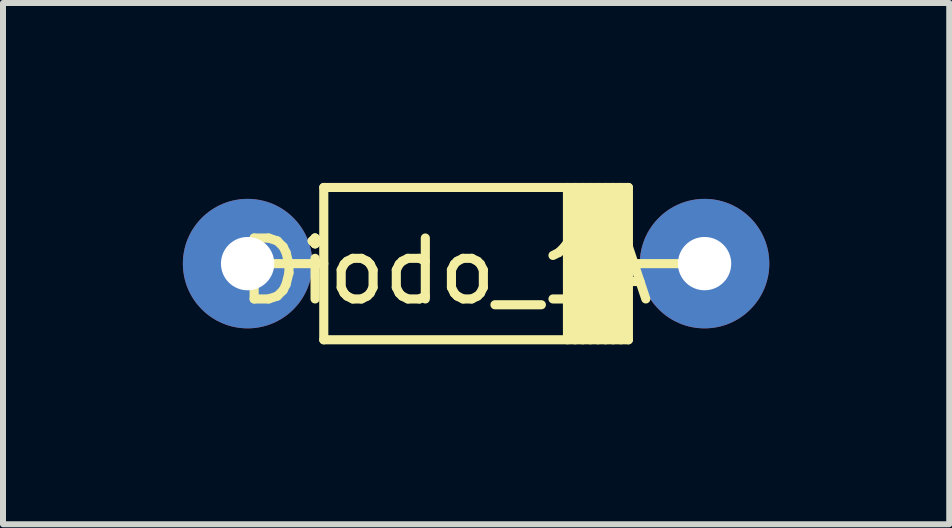
<source format=kicad_pcb>
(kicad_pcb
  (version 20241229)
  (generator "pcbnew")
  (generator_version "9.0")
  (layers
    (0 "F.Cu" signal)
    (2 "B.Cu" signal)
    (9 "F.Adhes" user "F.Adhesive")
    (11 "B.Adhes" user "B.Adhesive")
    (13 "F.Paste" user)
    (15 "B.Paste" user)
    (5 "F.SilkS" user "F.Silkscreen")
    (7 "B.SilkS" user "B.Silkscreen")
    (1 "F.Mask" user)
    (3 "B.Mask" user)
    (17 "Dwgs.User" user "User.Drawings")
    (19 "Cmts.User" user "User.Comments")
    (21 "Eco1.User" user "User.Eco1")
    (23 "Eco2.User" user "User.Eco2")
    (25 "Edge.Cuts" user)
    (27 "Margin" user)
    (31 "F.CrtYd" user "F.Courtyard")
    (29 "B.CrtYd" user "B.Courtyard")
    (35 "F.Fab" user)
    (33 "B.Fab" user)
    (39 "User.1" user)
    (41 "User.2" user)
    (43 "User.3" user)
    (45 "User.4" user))
  (footprint "Diodo_1A"
    (layer "F.Cu")
    (at 1.079 1.346)
    (property "Reference" "Diodo_1A" (at 3.302 0.127 0) (layer "F.SilkS") (effects (font (size 1.016 1.016) (thickness 0.152))))
    (attr through_hole)
    (fp_line (start 0 0) (end 1.27 0) (stroke (width 0.152) (type solid)) (layer "F.SilkS"))
    (fp_line (start 1.27 -1.27) (end 1.27 1.27) (stroke (width 0.152) (type solid)) (layer "F.SilkS"))
    (fp_line (start 1.27 -1.27) (end 6.35 -1.27) (stroke (width 0.152) (type solid)) (layer "F.SilkS"))
    (fp_line (start 1.27 1.27) (end 6.35 1.27) (stroke (width 0.152) (type solid)) (layer "F.SilkS"))
    (fp_line (start 5.334 -1.27) (end 5.334 1.27) (stroke (width 0.152) (type solid)) (layer "F.SilkS"))
    (fp_line (start 5.461 -1.27) (end 5.461 1.27) (stroke (width 0.152) (type solid)) (layer "F.SilkS"))
    (fp_line (start 5.588 -1.27) (end 5.588 1.27) (stroke (width 0.152) (type solid)) (layer "F.SilkS"))
    (fp_line (start 5.715 -1.27) (end 5.715 1.27) (stroke (width 0.152) (type solid)) (layer "F.SilkS"))
    (fp_line (start 5.842 -1.27) (end 5.842 1.27) (stroke (width 0.152) (type solid)) (layer "F.SilkS"))
    (fp_line (start 5.969 -1.27) (end 5.969 1.27) (stroke (width 0.152) (type solid)) (layer "F.SilkS"))
    (fp_line (start 6.096 -1.27) (end 6.096 1.27) (stroke (width 0.152) (type solid)) (layer "F.SilkS"))
    (fp_line (start 6.223 -1.27) (end 6.223 1.27) (stroke (width 0.152) (type solid)) (layer "F.SilkS"))
    (fp_line (start 6.35 -1.27) (end 6.35 1.27) (stroke (width 0.152) (type solid)) (layer "F.SilkS"))
    (fp_line (start 7.62 0) (end 6.35 0) (stroke (width 0.152) (type solid)) (layer "F.SilkS"))
    (pad "A" thru_hole circle (at 0 0) (size 2.159 2.159) (drill 0.889) (layers "*.Cu" "*.Mask"))
    (pad "K" thru_hole circle (at 7.62 0) (size 2.159 2.159) (drill 0.889) (layers "*.Cu" "*.Mask")))
  (gr_rect
    (start -3 -3)
    (end 12.779 5.692)
    (stroke (width 0.1) (type default))
    (fill no)
    (layer "Edge.Cuts")))
</source>
